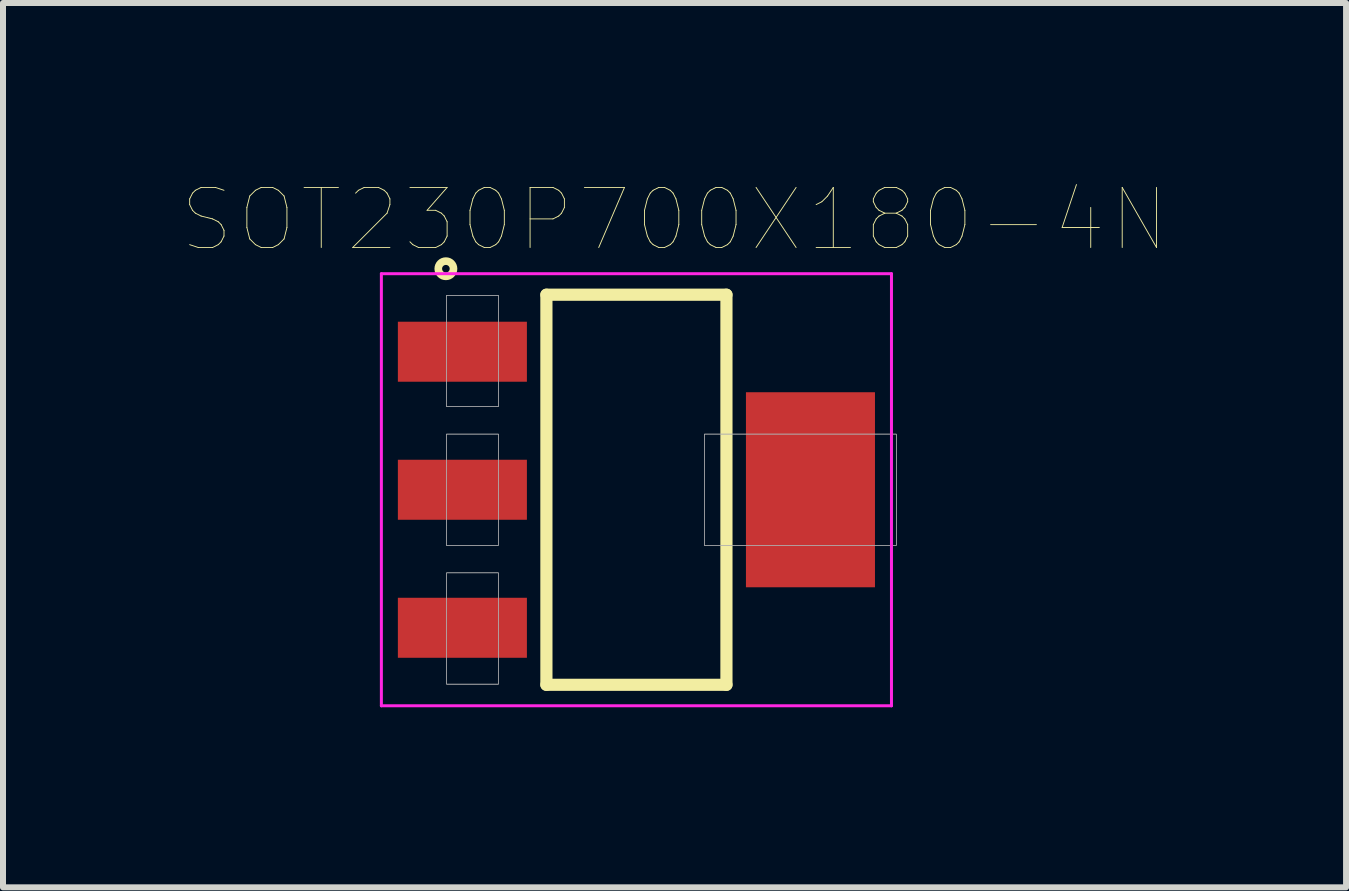
<source format=kicad_pcb>
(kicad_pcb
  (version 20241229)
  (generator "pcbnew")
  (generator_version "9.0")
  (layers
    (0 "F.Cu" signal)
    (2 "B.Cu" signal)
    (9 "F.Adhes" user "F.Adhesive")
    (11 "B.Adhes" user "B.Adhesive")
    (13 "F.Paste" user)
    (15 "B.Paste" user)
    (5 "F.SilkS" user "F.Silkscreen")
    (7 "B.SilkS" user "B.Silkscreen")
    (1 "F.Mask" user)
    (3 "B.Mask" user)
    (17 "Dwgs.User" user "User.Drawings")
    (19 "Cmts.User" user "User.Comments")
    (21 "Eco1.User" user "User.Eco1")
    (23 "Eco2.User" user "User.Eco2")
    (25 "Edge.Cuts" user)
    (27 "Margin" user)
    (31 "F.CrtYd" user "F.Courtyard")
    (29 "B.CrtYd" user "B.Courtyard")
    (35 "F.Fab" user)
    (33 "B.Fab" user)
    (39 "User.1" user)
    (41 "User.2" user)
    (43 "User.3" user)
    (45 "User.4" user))
  (footprint "SOT230P700X180-4N"
    (layer "F.Cu")
    (at 7.555 5.111)
    (property "Reference" "SOT230P700X180-4N" (at 0.635 -4.499 0) (layer "F.SilkS") (effects (font (size 1.001 1.001) (thickness 0.015))))
    (attr through_hole)
    (fp_line (start -1.5 -3.25) (end 1.5 -3.25) (stroke (width 0.203) (type solid)) (layer "F.SilkS"))
    (fp_line (start -1.5 3.25) (end -1.5 -3.25) (stroke (width 0.203) (type solid)) (layer "F.SilkS"))
    (fp_line (start 1.5 -3.25) (end 1.5 3.25) (stroke (width 0.203) (type solid)) (layer "F.SilkS"))
    (fp_line (start 1.5 3.25) (end -1.5 3.25) (stroke (width 0.203) (type solid)) (layer "F.SilkS"))
    (fp_circle (center -3.175 -3.683) (end -3.048 -3.683) (stroke (width 0.127) (type solid)) (fill no) (layer "F.SilkS"))
    (fp_line (start -4.25 -3.6) (end 4.25 -3.6) (stroke (width 0.05) (type solid)) (layer "F.CrtYd"))
    (fp_line (start -4.25 3.6) (end -4.25 -3.6) (stroke (width 0.05) (type solid)) (layer "F.CrtYd"))
    (fp_line (start 4.25 -3.6) (end 4.25 3.6) (stroke (width 0.05) (type solid)) (layer "F.CrtYd"))
    (fp_line (start 4.25 3.6) (end -4.25 3.6) (stroke (width 0.05) (type solid)) (layer "F.CrtYd"))
    (fp_poly (pts (xy -3.167 -0.927) (xy -2.299 -0.927) (xy -2.299 0.929) (xy -3.167 0.929)) (stroke (width 0.01) (type solid)) (fill no) (layer "F.Fab"))
    (fp_poly (pts (xy -3.167 -3.239) (xy -2.299 -3.239) (xy -2.299 -1.386) (xy -3.167 -1.386)) (stroke (width 0.01) (type solid)) (fill no) (layer "F.Fab"))
    (fp_poly (pts (xy -3.165 1.384) (xy -2.299 1.384) (xy -2.299 3.241) (xy -3.165 3.241)) (stroke (width 0.01) (type solid)) (fill no) (layer "F.Fab"))
    (fp_poly (pts (xy -3.165 -3.239) (xy -2.299 -3.239) (xy -2.299 -1.385) (xy -3.165 -1.385)) (stroke (width 0.01) (type solid)) (fill no) (layer "F.Fab"))
    (fp_poly (pts (xy -3.165 -0.927) (xy -2.299 -0.927) (xy -2.299 0.928) (xy -3.165 0.928)) (stroke (width 0.01) (type solid)) (fill no) (layer "F.Fab"))
    (fp_poly (pts (xy -3.163 1.384) (xy -2.299 1.384) (xy -2.299 3.239) (xy -3.163 3.239)) (stroke (width 0.01) (type solid)) (fill no) (layer "F.Fab"))
    (fp_poly (pts (xy 1.132 -0.927) (xy 4.331 -0.927) (xy 4.331 0.928) (xy 1.132 0.928)) (stroke (width 0.01) (type solid)) (fill no) (layer "F.Fab"))
    (fp_poly (pts (xy 1.132 -0.927) (xy 4.331 -0.927) (xy 4.331 0.929) (xy 1.132 0.929)) (stroke (width 0.01) (type solid)) (fill no) (layer "F.Fab"))
    (pad "1" smd rect (at -2.9 -2.3) (size 2.15 1) (layers "F.Cu" "F.Mask" "F.Paste"))
    (pad "2" smd rect (at -2.9 0) (size 2.15 1) (layers "F.Cu" "F.Mask" "F.Paste"))
    (pad "3" smd rect (at -2.9 2.3) (size 2.15 1) (layers "F.Cu" "F.Mask" "F.Paste"))
    (pad "4" smd rect (at 2.9 0) (size 2.15 3.25) (layers "F.Cu" "F.Mask" "F.Paste")))
  (gr_rect
    (start -3 -3)
    (end 19.38 11.736)
    (stroke (width 0.1) (type default))
    (fill no)
    (layer "Edge.Cuts")))
</source>
